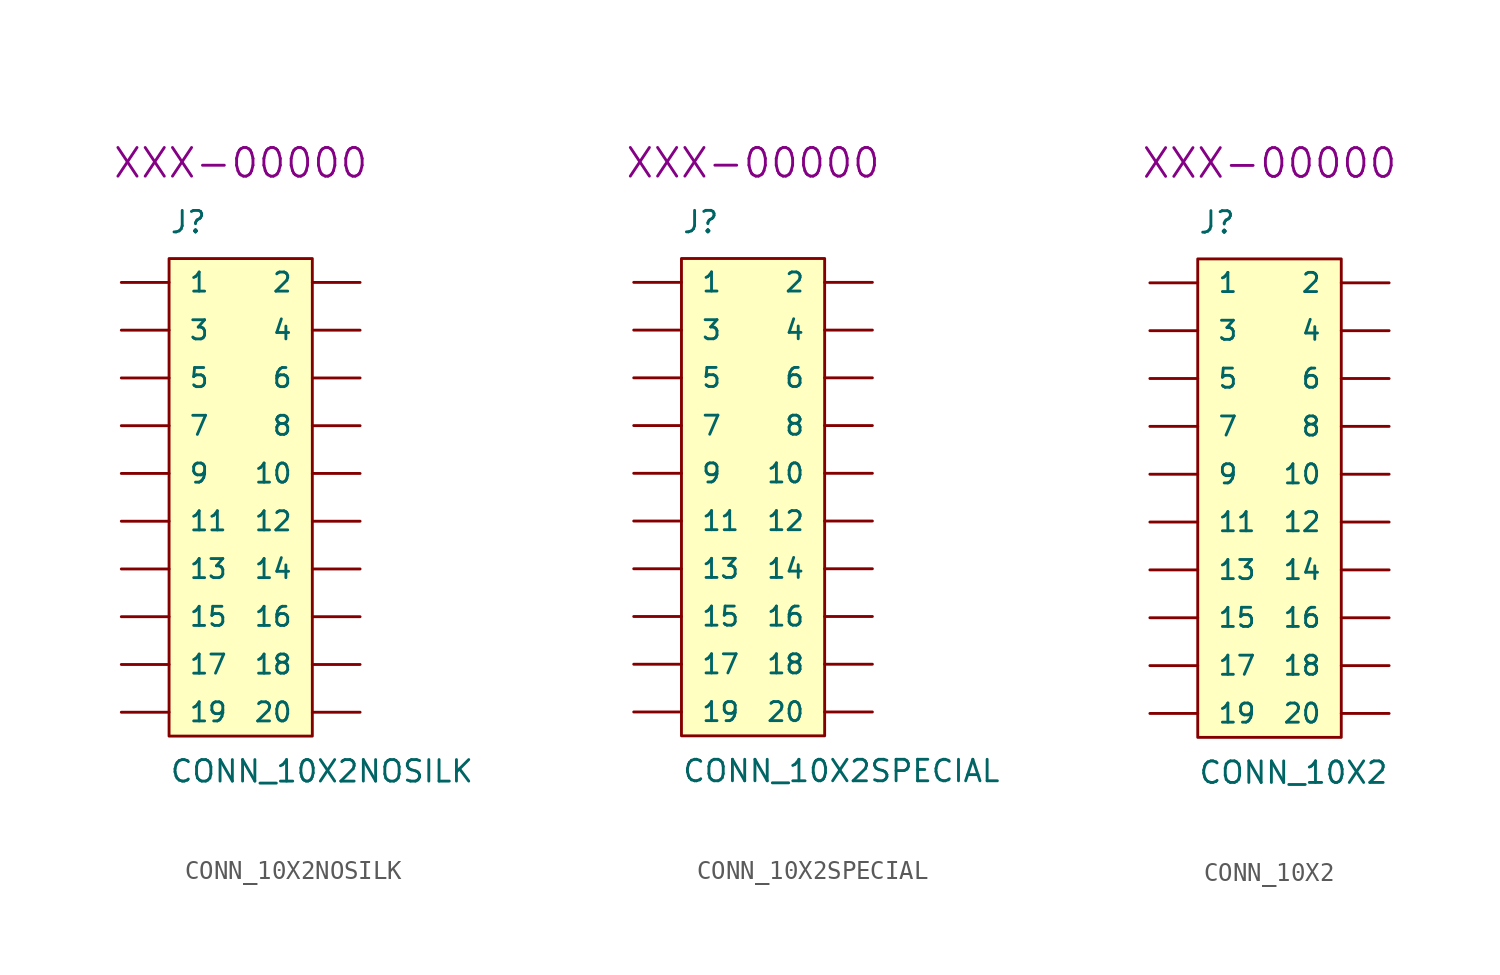
<source format=kicad_sym>
(kicad_symbol_lib
  (version 20201005)
  (generator kicad_symbol_editor)
  (symbol "CONN_10X2NOSILK"
    (pin_numbers hide)
    (pin_names
      (offset 1.016))
    (property "Reference" "J"
      (at -3.81 13.97 0)
      (effects (font (size 1.143 1.143)) (justify left bottom)))
    (property "Value" "CONN_10X2NOSILK"
      (at -3.81 -15.24 0)
      (effects (font (size 1.143 1.143)) (justify left bottom)))
    (property "Field4" "XXX-00000"
      (at 0 17.78 0)
      (effects (font (size 1.524 1.524))))
    (property "ki_locked" ""
      (at 0 0 0)
      (effects (font (size 1.27 1.27))))
    (symbol "CONN_10X2NOSILK_0_1"
      (rectangle (start 3.81 -12.7) (end -3.81 12.7) (stroke (width 0)) (fill (type background))))
    (symbol "CONN_10X2NOSILK_1_1"
      (pin passive line (at -6.35 11.43 0) (length 2.54) (name "1" (effects (font (size 1.016 1.016)))) (number "1" (effects (font (size 1.016 1.016)))))
      (pin passive line (at 6.35 11.43 180) (length 2.54) (name "2" (effects (font (size 1.016 1.016)))) (number "2" (effects (font (size 1.016 1.016)))))
      (pin passive line (at -6.35 8.89 0) (length 2.54) (name "3" (effects (font (size 1.016 1.016)))) (number "3" (effects (font (size 1.016 1.016)))))
      (pin passive line (at 6.35 8.89 180) (length 2.54) (name "4" (effects (font (size 1.016 1.016)))) (number "4" (effects (font (size 1.016 1.016)))))
      (pin passive line (at -6.35 6.35 0) (length 2.54) (name "5" (effects (font (size 1.016 1.016)))) (number "5" (effects (font (size 1.016 1.016)))))
      (pin passive line (at 6.35 6.35 180) (length 2.54) (name "6" (effects (font (size 1.016 1.016)))) (number "6" (effects (font (size 1.016 1.016)))))
      (pin passive line (at -6.35 3.81 0) (length 2.54) (name "7" (effects (font (size 1.016 1.016)))) (number "7" (effects (font (size 1.016 1.016)))))
      (pin passive line (at 6.35 3.81 180) (length 2.54) (name "8" (effects (font (size 1.016 1.016)))) (number "8" (effects (font (size 1.016 1.016)))))
      (pin passive line (at -6.35 1.27 0) (length 2.54) (name "9" (effects (font (size 1.016 1.016)))) (number "9" (effects (font (size 1.016 1.016)))))
      (pin passive line (at 6.35 1.27 180) (length 2.54) (name "10" (effects (font (size 1.016 1.016)))) (number "10" (effects (font (size 1.016 1.016)))))
      (pin passive line (at 6.35 -11.43 180) (length 2.54) (name "20" (effects (font (size 1.016 1.016)))) (number "20" (effects (font (size 1.016 1.016)))))
      (pin passive line (at -6.35 -1.27 0) (length 2.54) (name "11" (effects (font (size 1.016 1.016)))) (number "11" (effects (font (size 1.016 1.016)))))
      (pin passive line (at 6.35 -1.27 180) (length 2.54) (name "12" (effects (font (size 1.016 1.016)))) (number "12" (effects (font (size 1.016 1.016)))))
      (pin passive line (at -6.35 -3.81 0) (length 2.54) (name "13" (effects (font (size 1.016 1.016)))) (number "13" (effects (font (size 1.016 1.016)))))
      (pin passive line (at 6.35 -3.81 180) (length 2.54) (name "14" (effects (font (size 1.016 1.016)))) (number "14" (effects (font (size 1.016 1.016)))))
      (pin passive line (at -6.35 -6.35 0) (length 2.54) (name "15" (effects (font (size 1.016 1.016)))) (number "15" (effects (font (size 1.016 1.016)))))
      (pin passive line (at 6.35 -6.35 180) (length 2.54) (name "16" (effects (font (size 1.016 1.016)))) (number "16" (effects (font (size 1.016 1.016)))))
      (pin passive line (at -6.35 -8.89 0) (length 2.54) (name "17" (effects (font (size 1.016 1.016)))) (number "17" (effects (font (size 1.016 1.016)))))
      (pin passive line (at 6.35 -8.89 180) (length 2.54) (name "18" (effects (font (size 1.016 1.016)))) (number "18" (effects (font (size 1.016 1.016)))))
      (pin passive line (at -6.35 -11.43 0) (length 2.54) (name "19" (effects (font (size 1.016 1.016)))) (number "19" (effects (font (size 1.016 1.016)))))))
  (symbol "CONN_10X2SPECIAL"
    (pin_numbers hide)
    (pin_names
      (offset 1.016))
    (property "Reference" "J"
      (at -3.81 13.97 0)
      (effects (font (size 1.143 1.143)) (justify left bottom)))
    (property "Value" "CONN_10X2SPECIAL"
      (at -3.81 -15.24 0)
      (effects (font (size 1.143 1.143)) (justify left bottom)))
    (property "Field4" "XXX-00000"
      (at 0 17.78 0)
      (effects (font (size 1.524 1.524))))
    (property "ki_locked" ""
      (at 0 0 0)
      (effects (font (size 1.27 1.27))))
    (symbol "CONN_10X2SPECIAL_0_1"
      (rectangle (start 3.81 -12.7) (end -3.81 12.7) (stroke (width 0)) (fill (type background))))
    (symbol "CONN_10X2SPECIAL_1_1"
      (pin passive line (at -6.35 11.43 0) (length 2.54) (name "1" (effects (font (size 1.016 1.016)))) (number "1" (effects (font (size 1.016 1.016)))))
      (pin passive line (at 6.35 11.43 180) (length 2.54) (name "2" (effects (font (size 1.016 1.016)))) (number "2" (effects (font (size 1.016 1.016)))))
      (pin passive line (at -6.35 8.89 0) (length 2.54) (name "3" (effects (font (size 1.016 1.016)))) (number "3" (effects (font (size 1.016 1.016)))))
      (pin passive line (at 6.35 8.89 180) (length 2.54) (name "4" (effects (font (size 1.016 1.016)))) (number "4" (effects (font (size 1.016 1.016)))))
      (pin passive line (at -6.35 6.35 0) (length 2.54) (name "5" (effects (font (size 1.016 1.016)))) (number "5" (effects (font (size 1.016 1.016)))))
      (pin passive line (at 6.35 6.35 180) (length 2.54) (name "6" (effects (font (size 1.016 1.016)))) (number "6" (effects (font (size 1.016 1.016)))))
      (pin passive line (at -6.35 3.81 0) (length 2.54) (name "7" (effects (font (size 1.016 1.016)))) (number "7" (effects (font (size 1.016 1.016)))))
      (pin passive line (at 6.35 3.81 180) (length 2.54) (name "8" (effects (font (size 1.016 1.016)))) (number "8" (effects (font (size 1.016 1.016)))))
      (pin passive line (at -6.35 1.27 0) (length 2.54) (name "9" (effects (font (size 1.016 1.016)))) (number "9" (effects (font (size 1.016 1.016)))))
      (pin passive line (at 6.35 1.27 180) (length 2.54) (name "10" (effects (font (size 1.016 1.016)))) (number "10" (effects (font (size 1.016 1.016)))))
      (pin passive line (at 6.35 -11.43 180) (length 2.54) (name "20" (effects (font (size 1.016 1.016)))) (number "20" (effects (font (size 1.016 1.016)))))
      (pin passive line (at -6.35 -1.27 0) (length 2.54) (name "11" (effects (font (size 1.016 1.016)))) (number "11" (effects (font (size 1.016 1.016)))))
      (pin passive line (at 6.35 -1.27 180) (length 2.54) (name "12" (effects (font (size 1.016 1.016)))) (number "12" (effects (font (size 1.016 1.016)))))
      (pin passive line (at -6.35 -3.81 0) (length 2.54) (name "13" (effects (font (size 1.016 1.016)))) (number "13" (effects (font (size 1.016 1.016)))))
      (pin passive line (at 6.35 -3.81 180) (length 2.54) (name "14" (effects (font (size 1.016 1.016)))) (number "14" (effects (font (size 1.016 1.016)))))
      (pin passive line (at -6.35 -6.35 0) (length 2.54) (name "15" (effects (font (size 1.016 1.016)))) (number "15" (effects (font (size 1.016 1.016)))))
      (pin passive line (at 6.35 -6.35 180) (length 2.54) (name "16" (effects (font (size 1.016 1.016)))) (number "16" (effects (font (size 1.016 1.016)))))
      (pin passive line (at -6.35 -8.89 0) (length 2.54) (name "17" (effects (font (size 1.016 1.016)))) (number "17" (effects (font (size 1.016 1.016)))))
      (pin passive line (at 6.35 -8.89 180) (length 2.54) (name "18" (effects (font (size 1.016 1.016)))) (number "18" (effects (font (size 1.016 1.016)))))
      (pin passive line (at -6.35 -11.43 0) (length 2.54) (name "19" (effects (font (size 1.016 1.016)))) (number "19" (effects (font (size 1.016 1.016)))))))
  (symbol "CONN_10X2"
    (pin_numbers hide)
    (pin_names
      (offset 1.016))
    (property "Reference" "J"
      (at -3.81 13.97 0)
      (effects (font (size 1.143 1.143)) (justify left bottom)))
    (property "Value" "CONN_10X2"
      (at -3.81 -15.24 0)
      (effects (font (size 1.143 1.143)) (justify left bottom)))
    (property "Field4" "XXX-00000"
      (at 0 17.78 0)
      (effects (font (size 1.524 1.524))))
    (property "ki_locked" ""
      (at 0 0 0)
      (effects (font (size 1.27 1.27))))
    (symbol "CONN_10X2_0_1"
      (rectangle (start 3.81 -12.7) (end -3.81 12.7) (stroke (width 0)) (fill (type background))))
    (symbol "CONN_10X2_1_1"
      (pin passive line (at -6.35 11.43 0) (length 2.54) (name "1" (effects (font (size 1.016 1.016)))) (number "1" (effects (font (size 1.016 1.016)))))
      (pin passive line (at 6.35 11.43 180) (length 2.54) (name "2" (effects (font (size 1.016 1.016)))) (number "2" (effects (font (size 1.016 1.016)))))
      (pin passive line (at -6.35 8.89 0) (length 2.54) (name "3" (effects (font (size 1.016 1.016)))) (number "3" (effects (font (size 1.016 1.016)))))
      (pin passive line (at 6.35 8.89 180) (length 2.54) (name "4" (effects (font (size 1.016 1.016)))) (number "4" (effects (font (size 1.016 1.016)))))
      (pin passive line (at -6.35 6.35 0) (length 2.54) (name "5" (effects (font (size 1.016 1.016)))) (number "5" (effects (font (size 1.016 1.016)))))
      (pin passive line (at 6.35 6.35 180) (length 2.54) (name "6" (effects (font (size 1.016 1.016)))) (number "6" (effects (font (size 1.016 1.016)))))
      (pin passive line (at -6.35 3.81 0) (length 2.54) (name "7" (effects (font (size 1.016 1.016)))) (number "7" (effects (font (size 1.016 1.016)))))
      (pin passive line (at 6.35 3.81 180) (length 2.54) (name "8" (effects (font (size 1.016 1.016)))) (number "8" (effects (font (size 1.016 1.016)))))
      (pin passive line (at -6.35 1.27 0) (length 2.54) (name "9" (effects (font (size 1.016 1.016)))) (number "9" (effects (font (size 1.016 1.016)))))
      (pin passive line (at 6.35 1.27 180) (length 2.54) (name "10" (effects (font (size 1.016 1.016)))) (number "10" (effects (font (size 1.016 1.016)))))
      (pin passive line (at 6.35 -11.43 180) (length 2.54) (name "20" (effects (font (size 1.016 1.016)))) (number "20" (effects (font (size 1.016 1.016)))))
      (pin passive line (at -6.35 -1.27 0) (length 2.54) (name "11" (effects (font (size 1.016 1.016)))) (number "11" (effects (font (size 1.016 1.016)))))
      (pin passive line (at 6.35 -1.27 180) (length 2.54) (name "12" (effects (font (size 1.016 1.016)))) (number "12" (effects (font (size 1.016 1.016)))))
      (pin passive line (at -6.35 -3.81 0) (length 2.54) (name "13" (effects (font (size 1.016 1.016)))) (number "13" (effects (font (size 1.016 1.016)))))
      (pin passive line (at 6.35 -3.81 180) (length 2.54) (name "14" (effects (font (size 1.016 1.016)))) (number "14" (effects (font (size 1.016 1.016)))))
      (pin passive line (at -6.35 -6.35 0) (length 2.54) (name "15" (effects (font (size 1.016 1.016)))) (number "15" (effects (font (size 1.016 1.016)))))
      (pin passive line (at 6.35 -6.35 180) (length 2.54) (name "16" (effects (font (size 1.016 1.016)))) (number "16" (effects (font (size 1.016 1.016)))))
      (pin passive line (at -6.35 -8.89 0) (length 2.54) (name "17" (effects (font (size 1.016 1.016)))) (number "17" (effects (font (size 1.016 1.016)))))
      (pin passive line (at 6.35 -8.89 180) (length 2.54) (name "18" (effects (font (size 1.016 1.016)))) (number "18" (effects (font (size 1.016 1.016)))))
      (pin passive line (at -6.35 -11.43 0) (length 2.54) (name "19" (effects (font (size 1.016 1.016)))) (number "19" (effects (font (size 1.016 1.016))))))))
</source>
